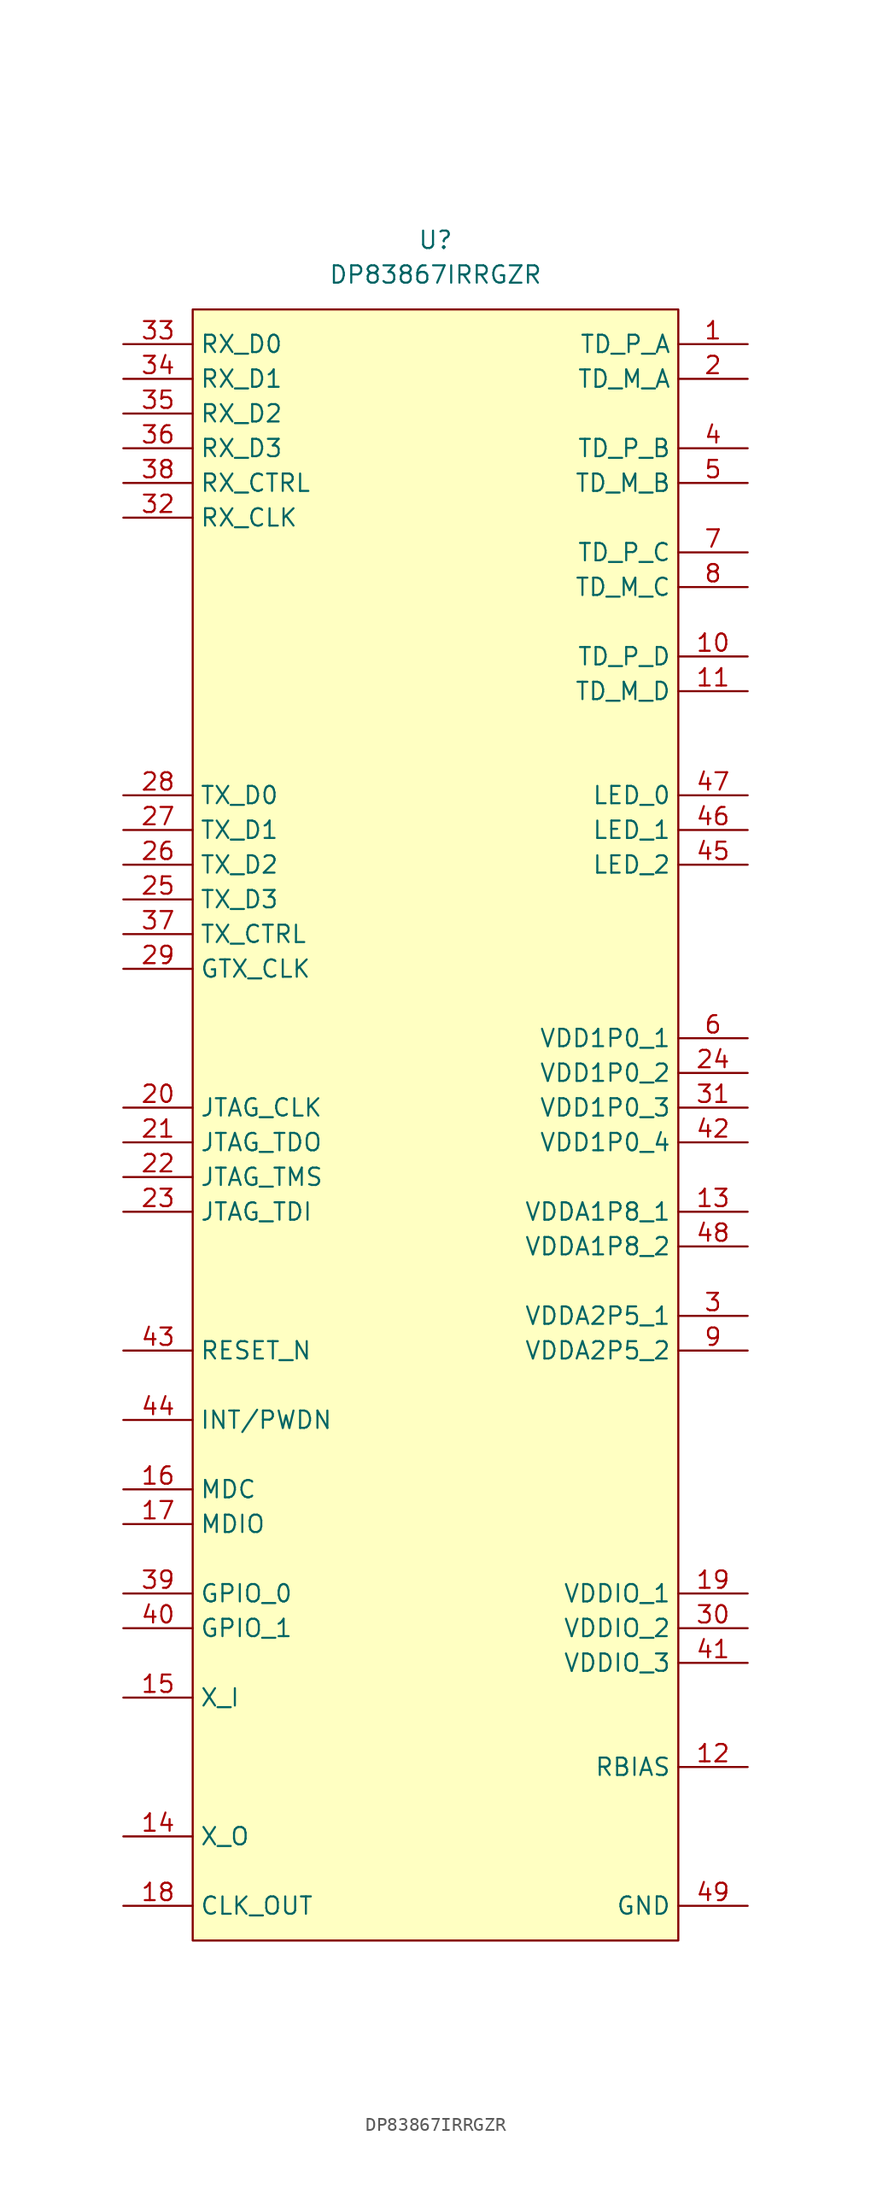
<source format=kicad_sym>
(kicad_symbol_lib
  (version 20241209)
  (generator "kicad_symbol_editor")
  (generator_version "9.0")
  (symbol "DP83867IRRGZR"
    (property "Reference" "U"
      (at 0 5.08 0)
      (effects (font (size 1.27 1.27))))
    (property "Value" "DP83867IRRGZR"
      (at 0 2.54 0)
      (effects (font (size 1.27 1.27))))
    (symbol "DP83867IRRGZR_1_1"
      (rectangle (start -17.78 0) (end 17.78 -119.38) (stroke (width 0) (type solid)) (fill (type background)))
      (pin passive line (at -22.86 -2.54 0) (length 5.08) (name "RX_D0" (effects (font (size 1.27 1.27)))) (number "33" (effects (font (size 1.27 1.27)))))
      (pin passive line (at -22.86 -5.08 0) (length 5.08) (name "RX_D1" (effects (font (size 1.27 1.27)))) (number "34" (effects (font (size 1.27 1.27)))))
      (pin passive line (at -22.86 -7.62 0) (length 5.08) (name "RX_D2" (effects (font (size 1.27 1.27)))) (number "35" (effects (font (size 1.27 1.27)))))
      (pin passive line (at -22.86 -10.16 0) (length 5.08) (name "RX_D3" (effects (font (size 1.27 1.27)))) (number "36" (effects (font (size 1.27 1.27)))))
      (pin passive line (at -22.86 -12.7 0) (length 5.08) (name "RX_CTRL" (effects (font (size 1.27 1.27)))) (number "38" (effects (font (size 1.27 1.27)))))
      (pin passive line (at -22.86 -15.24 0) (length 5.08) (name "RX_CLK" (effects (font (size 1.27 1.27)))) (number "32" (effects (font (size 1.27 1.27)))))
      (pin passive line (at -22.86 -35.56 0) (length 5.08) (name "TX_D0" (effects (font (size 1.27 1.27)))) (number "28" (effects (font (size 1.27 1.27)))))
      (pin passive line (at -22.86 -38.1 0) (length 5.08) (name "TX_D1" (effects (font (size 1.27 1.27)))) (number "27" (effects (font (size 1.27 1.27)))))
      (pin passive line (at -22.86 -40.64 0) (length 5.08) (name "TX_D2" (effects (font (size 1.27 1.27)))) (number "26" (effects (font (size 1.27 1.27)))))
      (pin passive line (at -22.86 -43.18 0) (length 5.08) (name "TX_D3" (effects (font (size 1.27 1.27)))) (number "25" (effects (font (size 1.27 1.27)))))
      (pin passive line (at -22.86 -45.72 0) (length 5.08) (name "TX_CTRL" (effects (font (size 1.27 1.27)))) (number "37" (effects (font (size 1.27 1.27)))))
      (pin passive line (at -22.86 -48.26 0) (length 5.08) (name "GTX_CLK" (effects (font (size 1.27 1.27)))) (number "29" (effects (font (size 1.27 1.27)))))
      (pin passive line (at -22.86 -58.42 0) (length 5.08) (name "JTAG_CLK" (effects (font (size 1.27 1.27)))) (number "20" (effects (font (size 1.27 1.27)))))
      (pin passive line (at -22.86 -60.96 0) (length 5.08) (name "JTAG_TDO" (effects (font (size 1.27 1.27)))) (number "21" (effects (font (size 1.27 1.27)))))
      (pin passive line (at -22.86 -63.5 0) (length 5.08) (name "JTAG_TMS" (effects (font (size 1.27 1.27)))) (number "22" (effects (font (size 1.27 1.27)))))
      (pin passive line (at -22.86 -66.04 0) (length 5.08) (name "JTAG_TDI" (effects (font (size 1.27 1.27)))) (number "23" (effects (font (size 1.27 1.27)))))
      (pin passive line (at -22.86 -76.2 0) (length 5.08) (name "RESET_N" (effects (font (size 1.27 1.27)))) (number "43" (effects (font (size 1.27 1.27)))))
      (pin passive line (at -22.86 -81.28 0) (length 5.08) (name "INT/PWDN" (effects (font (size 1.27 1.27)))) (number "44" (effects (font (size 1.27 1.27)))))
      (pin passive line (at -22.86 -86.36 0) (length 5.08) (name "MDC" (effects (font (size 1.27 1.27)))) (number "16" (effects (font (size 1.27 1.27)))))
      (pin passive line (at -22.86 -88.9 0) (length 5.08) (name "MDIO" (effects (font (size 1.27 1.27)))) (number "17" (effects (font (size 1.27 1.27)))))
      (pin passive line (at -22.86 -93.98 0) (length 5.08) (name "GPIO_0" (effects (font (size 1.27 1.27)))) (number "39" (effects (font (size 1.27 1.27)))))
      (pin passive line (at -22.86 -96.52 0) (length 5.08) (name "GPIO_1" (effects (font (size 1.27 1.27)))) (number "40" (effects (font (size 1.27 1.27)))))
      (pin passive line (at -22.86 -101.6 0) (length 5.08) (name "X_I" (effects (font (size 1.27 1.27)))) (number "15" (effects (font (size 1.27 1.27)))))
      (pin passive line (at -22.86 -111.76 0) (length 5.08) (name "X_O" (effects (font (size 1.27 1.27)))) (number "14" (effects (font (size 1.27 1.27)))))
      (pin passive line (at -22.86 -116.84 0) (length 5.08) (name "CLK_OUT" (effects (font (size 1.27 1.27)))) (number "18" (effects (font (size 1.27 1.27)))))
      (pin passive line (at 22.86 -2.54 180) (length 5.08) (name "TD_P_A" (effects (font (size 1.27 1.27)))) (number "1" (effects (font (size 1.27 1.27)))))
      (pin passive line (at 22.86 -5.08 180) (length 5.08) (name "TD_M_A" (effects (font (size 1.27 1.27)))) (number "2" (effects (font (size 1.27 1.27)))))
      (pin passive line (at 22.86 -10.16 180) (length 5.08) (name "TD_P_B" (effects (font (size 1.27 1.27)))) (number "4" (effects (font (size 1.27 1.27)))))
      (pin passive line (at 22.86 -12.7 180) (length 5.08) (name "TD_M_B" (effects (font (size 1.27 1.27)))) (number "5" (effects (font (size 1.27 1.27)))))
      (pin passive line (at 22.86 -17.78 180) (length 5.08) (name "TD_P_C" (effects (font (size 1.27 1.27)))) (number "7" (effects (font (size 1.27 1.27)))))
      (pin passive line (at 22.86 -20.32 180) (length 5.08) (name "TD_M_C" (effects (font (size 1.27 1.27)))) (number "8" (effects (font (size 1.27 1.27)))))
      (pin passive line (at 22.86 -25.4 180) (length 5.08) (name "TD_P_D" (effects (font (size 1.27 1.27)))) (number "10" (effects (font (size 1.27 1.27)))))
      (pin passive line (at 22.86 -27.94 180) (length 5.08) (name "TD_M_D" (effects (font (size 1.27 1.27)))) (number "11" (effects (font (size 1.27 1.27)))))
      (pin passive line (at 22.86 -35.56 180) (length 5.08) (name "LED_0" (effects (font (size 1.27 1.27)))) (number "47" (effects (font (size 1.27 1.27)))))
      (pin passive line (at 22.86 -38.1 180) (length 5.08) (name "LED_1" (effects (font (size 1.27 1.27)))) (number "46" (effects (font (size 1.27 1.27)))))
      (pin passive line (at 22.86 -40.64 180) (length 5.08) (name "LED_2" (effects (font (size 1.27 1.27)))) (number "45" (effects (font (size 1.27 1.27)))))
      (pin passive line (at 22.86 -53.34 180) (length 5.08) (name "VDD1P0_1" (effects (font (size 1.27 1.27)))) (number "6" (effects (font (size 1.27 1.27)))))
      (pin passive line (at 22.86 -55.88 180) (length 5.08) (name "VDD1P0_2" (effects (font (size 1.27 1.27)))) (number "24" (effects (font (size 1.27 1.27)))))
      (pin passive line (at 22.86 -58.42 180) (length 5.08) (name "VDD1P0_3" (effects (font (size 1.27 1.27)))) (number "31" (effects (font (size 1.27 1.27)))))
      (pin passive line (at 22.86 -60.96 180) (length 5.08) (name "VDD1P0_4" (effects (font (size 1.27 1.27)))) (number "42" (effects (font (size 1.27 1.27)))))
      (pin passive line (at 22.86 -66.04 180) (length 5.08) (name "VDDA1P8_1" (effects (font (size 1.27 1.27)))) (number "13" (effects (font (size 1.27 1.27)))))
      (pin passive line (at 22.86 -68.58 180) (length 5.08) (name "VDDA1P8_2" (effects (font (size 1.27 1.27)))) (number "48" (effects (font (size 1.27 1.27)))))
      (pin passive line (at 22.86 -73.66 180) (length 5.08) (name "VDDA2P5_1" (effects (font (size 1.27 1.27)))) (number "3" (effects (font (size 1.27 1.27)))))
      (pin passive line (at 22.86 -76.2 180) (length 5.08) (name "VDDA2P5_2" (effects (font (size 1.27 1.27)))) (number "9" (effects (font (size 1.27 1.27)))))
      (pin passive line (at 22.86 -93.98 180) (length 5.08) (name "VDDIO_1" (effects (font (size 1.27 1.27)))) (number "19" (effects (font (size 1.27 1.27)))))
      (pin passive line (at 22.86 -96.52 180) (length 5.08) (name "VDDIO_2" (effects (font (size 1.27 1.27)))) (number "30" (effects (font (size 1.27 1.27)))))
      (pin passive line (at 22.86 -99.06 180) (length 5.08) (name "VDDIO_3" (effects (font (size 1.27 1.27)))) (number "41" (effects (font (size 1.27 1.27)))))
      (pin passive line (at 22.86 -106.68 180) (length 5.08) (name "RBIAS" (effects (font (size 1.27 1.27)))) (number "12" (effects (font (size 1.27 1.27)))))
      (pin passive line (at 22.86 -116.84 180) (length 5.08) (name "GND" (effects (font (size 1.27 1.27)))) (number "49" (effects (font (size 1.27 1.27))))))))
</source>
